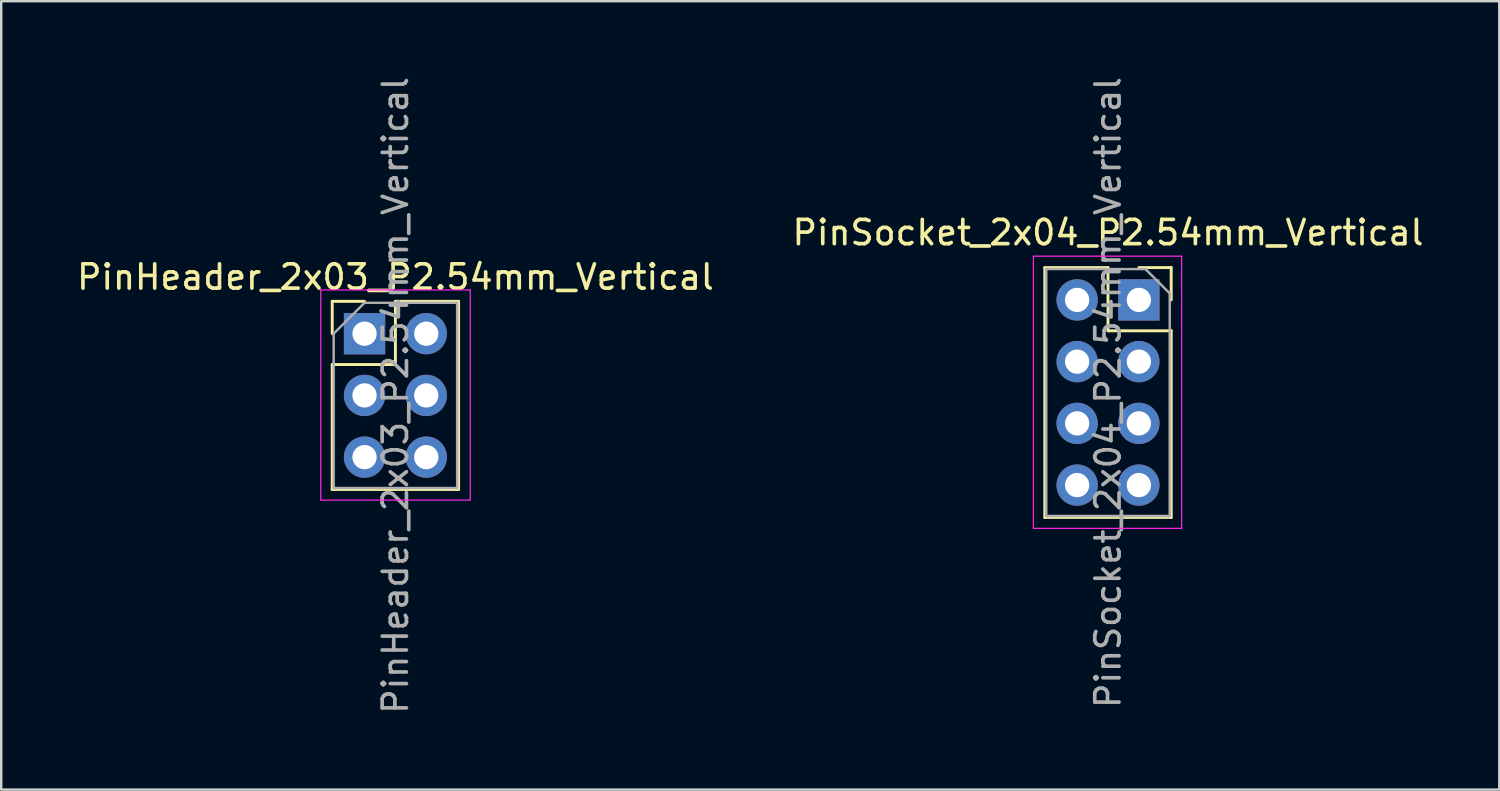
<source format=kicad_pcb>
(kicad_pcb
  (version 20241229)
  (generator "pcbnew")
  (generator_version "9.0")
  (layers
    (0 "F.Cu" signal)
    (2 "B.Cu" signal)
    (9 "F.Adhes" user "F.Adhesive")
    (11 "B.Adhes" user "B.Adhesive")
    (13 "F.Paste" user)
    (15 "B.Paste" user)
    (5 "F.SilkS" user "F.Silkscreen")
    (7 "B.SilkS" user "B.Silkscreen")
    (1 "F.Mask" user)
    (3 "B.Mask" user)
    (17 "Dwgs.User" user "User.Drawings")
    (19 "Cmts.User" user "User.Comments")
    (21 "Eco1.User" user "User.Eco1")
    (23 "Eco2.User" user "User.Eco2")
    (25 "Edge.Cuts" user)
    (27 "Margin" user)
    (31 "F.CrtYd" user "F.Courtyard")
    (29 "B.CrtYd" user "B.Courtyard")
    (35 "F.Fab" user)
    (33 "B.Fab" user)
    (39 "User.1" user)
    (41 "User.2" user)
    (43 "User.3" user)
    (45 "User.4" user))
  (footprint "PinSocket_2x04_P2.54mm_Vertical"
    (layer "F.Cu")
    (at 43.812 9.291)
    (property "Reference" "PinSocket_2x04_P2.54mm_Vertical" (at -1.27 -2.77 0) (layer "F.SilkS") (effects (font (size 1 1) (thickness 0.15))))
    (attr through_hole)
    (fp_line (start -3.87 -1.33) (end -3.87 8.95) (stroke (width 0.12) (type solid)) (layer "F.SilkS"))
    (fp_line (start -3.87 -1.33) (end -1.27 -1.33) (stroke (width 0.12) (type solid)) (layer "F.SilkS"))
    (fp_line (start -3.87 8.95) (end 1.33 8.95) (stroke (width 0.12) (type solid)) (layer "F.SilkS"))
    (fp_line (start -1.27 -1.33) (end -1.27 1.27) (stroke (width 0.12) (type solid)) (layer "F.SilkS"))
    (fp_line (start -1.27 1.27) (end 1.33 1.27) (stroke (width 0.12) (type solid)) (layer "F.SilkS"))
    (fp_line (start 0 -1.33) (end 1.33 -1.33) (stroke (width 0.12) (type solid)) (layer "F.SilkS"))
    (fp_line (start 1.33 -1.33) (end 1.33 0) (stroke (width 0.12) (type solid)) (layer "F.SilkS"))
    (fp_line (start 1.33 1.27) (end 1.33 8.95) (stroke (width 0.12) (type solid)) (layer "F.SilkS"))
    (fp_line (start -4.34 -1.8) (end 1.76 -1.8) (stroke (width 0.05) (type solid)) (layer "F.CrtYd"))
    (fp_line (start -4.34 9.4) (end -4.34 -1.8) (stroke (width 0.05) (type solid)) (layer "F.CrtYd"))
    (fp_line (start 1.76 -1.8) (end 1.76 9.4) (stroke (width 0.05) (type solid)) (layer "F.CrtYd"))
    (fp_line (start 1.76 9.4) (end -4.34 9.4) (stroke (width 0.05) (type solid)) (layer "F.CrtYd"))
    (fp_line (start -3.81 -1.27) (end 0.27 -1.27) (stroke (width 0.1) (type solid)) (layer "F.Fab"))
    (fp_line (start -3.81 8.89) (end -3.81 -1.27) (stroke (width 0.1) (type solid)) (layer "F.Fab"))
    (fp_line (start 0.27 -1.27) (end 1.27 -0.27) (stroke (width 0.1) (type solid)) (layer "F.Fab"))
    (fp_line (start 1.27 -0.27) (end 1.27 8.89) (stroke (width 0.1) (type solid)) (layer "F.Fab"))
    (fp_line (start 1.27 8.89) (end -3.81 8.89) (stroke (width 0.1) (type solid)) (layer "F.Fab"))
    (fp_text user "${REFERENCE}" (at -1.27 3.81 90) (layer "F.Fab") (effects (font (size 1 1) (thickness 0.15))))
    (pad "1" thru_hole rect (at 0 0) (size 1.7 1.7) (drill 1) (layers "*.Cu" "*.Mask"))
    (pad "2" thru_hole oval (at -2.54 0) (size 1.7 1.7) (drill 1) (layers "*.Cu" "*.Mask"))
    (pad "3" thru_hole oval (at 0 2.54) (size 1.7 1.7) (drill 1) (layers "*.Cu" "*.Mask"))
    (pad "4" thru_hole oval (at -2.54 2.54) (size 1.7 1.7) (drill 1) (layers "*.Cu" "*.Mask"))
    (pad "5" thru_hole oval (at 0 5.08) (size 1.7 1.7) (drill 1) (layers "*.Cu" "*.Mask"))
    (pad "6" thru_hole oval (at -2.54 5.08) (size 1.7 1.7) (drill 1) (layers "*.Cu" "*.Mask"))
    (pad "7" thru_hole oval (at 0 7.62) (size 1.7 1.7) (drill 1) (layers "*.Cu" "*.Mask"))
    (pad "8" thru_hole oval (at -2.54 7.62) (size 1.7 1.7) (drill 1) (layers "*.Cu" "*.Mask")))
  (footprint "PinHeader_2x03_P2.54mm_Vertical"
    (layer "F.Cu")
    (at 11.95 10.68)
    (property "Reference" "PinHeader_2x03_P2.54mm_Vertical" (at 1.27 -2.33 0) (layer "F.SilkS") (effects (font (size 1 1) (thickness 0.15))))
    (attr through_hole)
    (fp_line (start -1.33 -1.33) (end 0 -1.33) (stroke (width 0.12) (type solid)) (layer "F.SilkS"))
    (fp_line (start -1.33 0) (end -1.33 -1.33) (stroke (width 0.12) (type solid)) (layer "F.SilkS"))
    (fp_line (start -1.33 1.27) (end -1.33 6.41) (stroke (width 0.12) (type solid)) (layer "F.SilkS"))
    (fp_line (start -1.33 1.27) (end 1.27 1.27) (stroke (width 0.12) (type solid)) (layer "F.SilkS"))
    (fp_line (start -1.33 6.41) (end 3.87 6.41) (stroke (width 0.12) (type solid)) (layer "F.SilkS"))
    (fp_line (start 1.27 -1.33) (end 3.87 -1.33) (stroke (width 0.12) (type solid)) (layer "F.SilkS"))
    (fp_line (start 1.27 1.27) (end 1.27 -1.33) (stroke (width 0.12) (type solid)) (layer "F.SilkS"))
    (fp_line (start 3.87 -1.33) (end 3.87 6.41) (stroke (width 0.12) (type solid)) (layer "F.SilkS"))
    (fp_line (start -1.8 -1.8) (end -1.8 6.85) (stroke (width 0.05) (type solid)) (layer "F.CrtYd"))
    (fp_line (start -1.8 6.85) (end 4.35 6.85) (stroke (width 0.05) (type solid)) (layer "F.CrtYd"))
    (fp_line (start 4.35 -1.8) (end -1.8 -1.8) (stroke (width 0.05) (type solid)) (layer "F.CrtYd"))
    (fp_line (start 4.35 6.85) (end 4.35 -1.8) (stroke (width 0.05) (type solid)) (layer "F.CrtYd"))
    (fp_line (start -1.27 0) (end 0 -1.27) (stroke (width 0.1) (type solid)) (layer "F.Fab"))
    (fp_line (start -1.27 6.35) (end -1.27 0) (stroke (width 0.1) (type solid)) (layer "F.Fab"))
    (fp_line (start 0 -1.27) (end 3.81 -1.27) (stroke (width 0.1) (type solid)) (layer "F.Fab"))
    (fp_line (start 3.81 -1.27) (end 3.81 6.35) (stroke (width 0.1) (type solid)) (layer "F.Fab"))
    (fp_line (start 3.81 6.35) (end -1.27 6.35) (stroke (width 0.1) (type solid)) (layer "F.Fab"))
    (fp_text user "${REFERENCE}" (at 1.27 2.54 90) (layer "F.Fab") (effects (font (size 1 1) (thickness 0.15))))
    (pad "1" thru_hole rect (at 0 0) (size 1.7 1.7) (drill 1) (layers "*.Cu" "*.Mask"))
    (pad "2" thru_hole oval (at 2.54 0) (size 1.7 1.7) (drill 1) (layers "*.Cu" "*.Mask"))
    (pad "3" thru_hole oval (at 0 2.54) (size 1.7 1.7) (drill 1) (layers "*.Cu" "*.Mask"))
    (pad "4" thru_hole oval (at 2.54 2.54) (size 1.7 1.7) (drill 1) (layers "*.Cu" "*.Mask"))
    (pad "5" thru_hole oval (at 0 5.08) (size 1.7 1.7) (drill 1) (layers "*.Cu" "*.Mask"))
    (pad "6" thru_hole oval (at 2.54 5.08) (size 1.7 1.7) (drill 1) (layers "*.Cu" "*.Mask")))
  (gr_rect
    (start -3 -3)
    (end 58.643 29.44)
    (stroke (width 0.1) (type default))
    (fill no)
    (layer "Edge.Cuts")))
</source>
